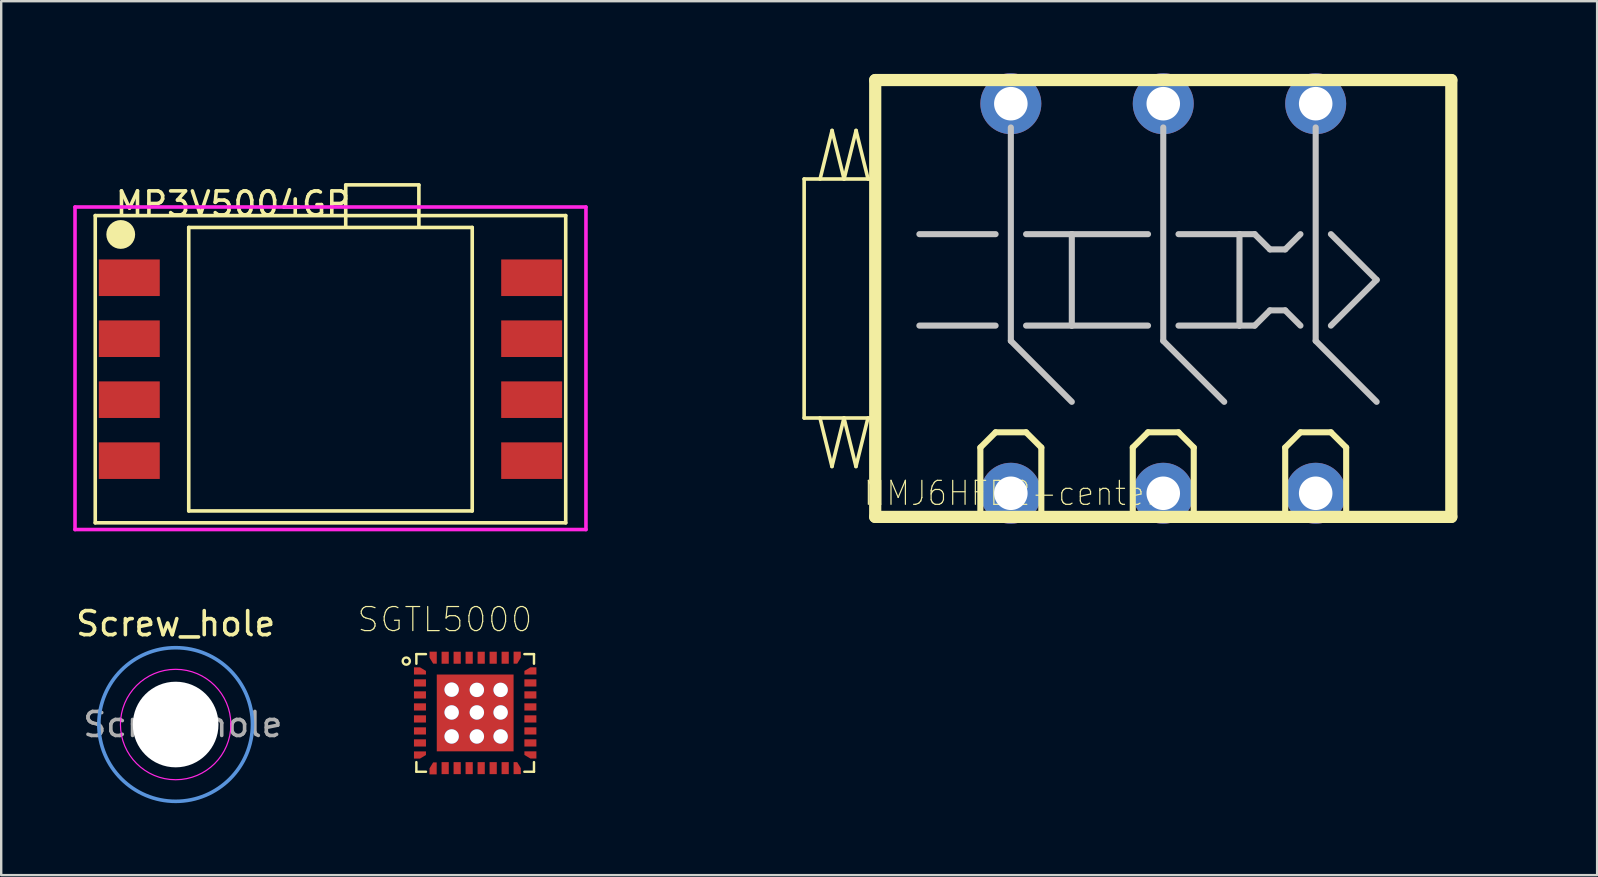
<source format=kicad_pcb>
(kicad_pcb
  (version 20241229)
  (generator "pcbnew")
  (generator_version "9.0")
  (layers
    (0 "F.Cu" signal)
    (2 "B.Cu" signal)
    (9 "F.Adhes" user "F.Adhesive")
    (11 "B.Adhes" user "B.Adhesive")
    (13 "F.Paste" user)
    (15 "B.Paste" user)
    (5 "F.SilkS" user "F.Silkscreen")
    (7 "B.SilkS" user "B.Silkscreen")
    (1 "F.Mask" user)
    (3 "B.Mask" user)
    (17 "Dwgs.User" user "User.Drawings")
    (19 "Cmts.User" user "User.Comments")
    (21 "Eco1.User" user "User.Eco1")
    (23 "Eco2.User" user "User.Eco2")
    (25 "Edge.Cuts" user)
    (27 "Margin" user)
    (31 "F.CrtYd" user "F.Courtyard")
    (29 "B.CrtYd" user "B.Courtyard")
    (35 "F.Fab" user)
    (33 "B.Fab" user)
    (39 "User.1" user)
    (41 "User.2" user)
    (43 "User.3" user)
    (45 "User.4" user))
  (footprint "MP3V5004GP"
    (layer "F.Cu")
    (at 10.718 12.331)
    (property "Reference" "MP3V5004GP" (at -4.064 -6.883 0) (layer "F.SilkS") (effects (font (size 1 1) (thickness 0.15))))
    (attr through_hole)
    (fp_line (start -9.8 -6.4) (end 9.8 -6.4) (stroke (width 0.15) (type solid)) (layer "F.SilkS"))
    (fp_line (start -9.8 6.4) (end -9.8 -6.4) (stroke (width 0.15) (type solid)) (layer "F.SilkS"))
    (fp_line (start -5.905 -5.905) (end -5.905 5.905) (stroke (width 0.15) (type solid)) (layer "F.SilkS"))
    (fp_line (start -5.905 -5.905) (end 5.905 -5.905) (stroke (width 0.15) (type solid)) (layer "F.SilkS"))
    (fp_line (start -5.905 5.905) (end 5.905 5.905) (stroke (width 0.15) (type solid)) (layer "F.SilkS"))
    (fp_line (start 0.635 -7.679) (end 3.683 -7.679) (stroke (width 0.15) (type solid)) (layer "F.SilkS"))
    (fp_line (start 0.635 -5.918) (end 0.635 -7.671) (stroke (width 0.15) (type solid)) (layer "F.SilkS"))
    (fp_line (start 3.683 -7.671) (end 3.683 -5.918) (stroke (width 0.15) (type solid)) (layer "F.SilkS"))
    (fp_line (start 5.905 -5.905) (end 5.905 5.905) (stroke (width 0.15) (type solid)) (layer "F.SilkS"))
    (fp_line (start 9.8 -6.4) (end 9.8 6.4) (stroke (width 0.15) (type solid)) (layer "F.SilkS"))
    (fp_line (start 9.8 6.4) (end -9.8 6.4) (stroke (width 0.15) (type solid)) (layer "F.SilkS"))
    (fp_circle (center -8.738 -5.613) (end -8.438 -5.613) (stroke (width 0.6) (type solid)) (fill no) (layer "F.SilkS"))
    (fp_line (start 0.635 -5.905) (end 0.635 -12.255) (stroke (width 0.15) (type solid)) (layer "Eco1.User"))
    (fp_line (start 3.683 -12.255) (end 0.635 -12.255) (stroke (width 0.15) (type solid)) (layer "Eco1.User"))
    (fp_line (start 3.683 -5.905) (end 3.683 -12.255) (stroke (width 0.15) (type solid)) (layer "Eco1.User"))
    (fp_line (start -10.643 -6.756) (end 10.643 -6.756) (stroke (width 0.15) (type solid)) (layer "F.CrtYd"))
    (fp_line (start -10.643 6.68) (end -10.643 -6.756) (stroke (width 0.15) (type solid)) (layer "F.CrtYd"))
    (fp_line (start 10.643 -6.756) (end 10.643 6.68) (stroke (width 0.15) (type solid)) (layer "F.CrtYd"))
    (fp_line (start 10.643 6.68) (end -10.643 6.68) (stroke (width 0.15) (type solid)) (layer "F.CrtYd"))
    (pad "1" smd rect (at -8.382 -3.81) (size 2.54 1.524) (layers "F.Cu" "F.Mask" "F.Paste"))
    (pad "2" smd rect (at -8.382 -1.27) (size 2.54 1.524) (layers "F.Cu" "F.Mask" "F.Paste"))
    (pad "3" smd rect (at -8.382 1.27) (size 2.54 1.524) (layers "F.Cu" "F.Mask" "F.Paste"))
    (pad "4" smd rect (at -8.382 3.81) (size 2.54 1.524) (layers "F.Cu" "F.Mask" "F.Paste"))
    (pad "5" smd rect (at 8.382 3.81) (size 2.54 1.524) (layers "F.Cu" "F.Mask" "F.Paste"))
    (pad "6" smd rect (at 8.382 1.27) (size 2.54 1.524) (layers "F.Cu" "F.Mask" "F.Paste"))
    (pad "7" smd rect (at 8.382 -1.27) (size 2.54 1.524) (layers "F.Cu" "F.Mask" "F.Paste"))
    (pad "8" smd rect (at 8.382 -3.81) (size 2.54 1.524) (layers "F.Cu" "F.Mask" "F.Paste")))
  (footprint "Screw_hole"
    (layer "F.Cu")
    (at 4.268 27.134)
    (property "Reference" "Screw_hole" (at 0 -4.2 0) (layer "F.SilkS") (effects (font (size 1 1) (thickness 0.15))))
    (attr exclude_from_pos_files exclude_from_bom)
    (fp_circle (center 0 0) (end 3.2 0) (stroke (width 0.15) (type solid)) (fill no) (layer "Cmts.User"))
    (fp_circle (center 0 0) (end 2.3 0) (stroke (width 0.05) (type solid)) (fill no) (layer "F.CrtYd"))
    (fp_text user "${REFERENCE}" (at 0.3 0 0) (layer "F.Fab") (effects (font (size 1 1) (thickness 0.15))))
    (pad "" np_thru_hole circle (at 0 0) (size 3.568 3.568) (drill 3.568) (layers "*.Cu" "*.Mask")))
  (footprint "SGTL5000"
    (layer "F.Cu")
    (at 16.746 26.651)
    (property "Reference" "SGTL5000" (at -1.262 -3.892 0) (layer "F.SilkS") (effects (font (size 1.002 1.002) (thickness 0.05))))
    (attr smd)
    (fp_poly (pts (xy -1.325 -1.175) (xy -1.175 -1.325) (xy 1.325 -1.325) (xy 1.325 1.325) (xy -1.325 1.325)) (stroke (width 0.5) (type solid)) (fill yes) (layer "F.Mask"))
    (fp_line (start -2.45 -2.45) (end -2.05 -2.45) (stroke (width 0.102) (type solid)) (layer "F.SilkS"))
    (fp_line (start -2.45 -2.05) (end -2.45 -2.45) (stroke (width 0.102) (type solid)) (layer "F.SilkS"))
    (fp_line (start -2.45 2.45) (end -2.45 2.05) (stroke (width 0.102) (type solid)) (layer "F.SilkS"))
    (fp_line (start -2.05 2.45) (end -2.45 2.45) (stroke (width 0.102) (type solid)) (layer "F.SilkS"))
    (fp_line (start 2.05 -2.45) (end 2.45 -2.45) (stroke (width 0.102) (type solid)) (layer "F.SilkS"))
    (fp_line (start 2.45 -2.45) (end 2.45 -2.05) (stroke (width 0.102) (type solid)) (layer "F.SilkS"))
    (fp_line (start 2.45 2.05) (end 2.45 2.45) (stroke (width 0.102) (type solid)) (layer "F.SilkS"))
    (fp_line (start 2.45 2.45) (end 2.05 2.45) (stroke (width 0.102) (type solid)) (layer "F.SilkS"))
    (fp_circle (center -2.87 -2.159) (end -2.72 -2.159) (stroke (width 0.1) (type solid)) (fill no) (layer "F.SilkS"))
    (fp_poly (pts (xy -1.332 0.09) (xy -0.73 0.09) (xy -0.73 0.391) (xy -1.332 0.391)) (stroke (width 0) (type solid)) (fill yes) (layer "F.Paste"))
    (fp_poly (pts (xy -1.332 0.59) (xy -0.73 0.59) (xy -0.73 0.891) (xy -1.332 0.891)) (stroke (width 0) (type solid)) (fill yes) (layer "F.Paste"))
    (fp_poly (pts (xy -1.331 -0.41) (xy -0.73 -0.41) (xy -0.73 -0.11) (xy -1.331 -0.11)) (stroke (width 0) (type solid)) (fill yes) (layer "F.Paste"))
    (fp_poly (pts (xy -1.33 -0.91) (xy -0.73 -0.91) (xy -0.73 -0.61) (xy -1.33 -0.61)) (stroke (width 0) (type solid)) (fill yes) (layer "F.Paste"))
    (fp_poly (pts (xy -1.301 1.1) (xy -0.7 1.1) (xy -0.7 1.401) (xy -1.301 1.401)) (stroke (width 0) (type solid)) (fill yes) (layer "F.Paste"))
    (fp_poly (pts (xy -1.301 -1.4) (xy -0.7 -1.4) (xy -0.7 -1.101) (xy -1.301 -1.101)) (stroke (width 0) (type solid)) (fill yes) (layer "F.Paste"))
    (fp_poly (pts (xy -0.331 -0.91) (xy 0.27 -0.91) (xy 0.27 -0.611) (xy -0.331 -0.611)) (stroke (width 0) (type solid)) (fill yes) (layer "F.Paste"))
    (fp_poly (pts (xy -0.33 0.59) (xy 0.27 0.59) (xy 0.27 0.891) (xy -0.33 0.891)) (stroke (width 0) (type solid)) (fill yes) (layer "F.Paste"))
    (fp_poly (pts (xy -0.33 0.09) (xy 0.27 0.09) (xy 0.27 0.39) (xy -0.33 0.39)) (stroke (width 0) (type solid)) (fill yes) (layer "F.Paste"))
    (fp_poly (pts (xy -0.33 -0.41) (xy 0.27 -0.41) (xy 0.27 -0.11) (xy -0.33 -0.11)) (stroke (width 0) (type solid)) (fill yes) (layer "F.Paste"))
    (fp_poly (pts (xy -0.3 1.1) (xy 0.3 1.1) (xy 0.3 1.401) (xy -0.3 1.401)) (stroke (width 0) (type solid)) (fill yes) (layer "F.Paste"))
    (fp_poly (pts (xy -0.3 -1.4) (xy 0.3 -1.4) (xy 0.3 -1.1) (xy -0.3 -1.1)) (stroke (width 0) (type solid)) (fill yes) (layer "F.Paste"))
    (fp_poly (pts (xy 0.67 -0.41) (xy 1.27 -0.41) (xy 1.27 -0.11) (xy 0.67 -0.11)) (stroke (width 0) (type solid)) (fill yes) (layer "F.Paste"))
    (fp_poly (pts (xy 0.671 0.09) (xy 1.27 0.09) (xy 1.27 0.39) (xy 0.671 0.39)) (stroke (width 0) (type solid)) (fill yes) (layer "F.Paste"))
    (fp_poly (pts (xy 0.671 0.59) (xy 1.27 0.59) (xy 1.27 0.891) (xy 0.671 0.891)) (stroke (width 0) (type solid)) (fill yes) (layer "F.Paste"))
    (fp_poly (pts (xy 0.671 -0.91) (xy 1.27 -0.91) (xy 1.27 -0.611) (xy 0.671 -0.611)) (stroke (width 0) (type solid)) (fill yes) (layer "F.Paste"))
    (fp_poly (pts (xy 0.701 1.1) (xy 1.3 1.1) (xy 1.3 1.402) (xy 0.701 1.402)) (stroke (width 0) (type solid)) (fill yes) (layer "F.Paste"))
    (fp_poly (pts (xy 0.701 -1.4) (xy 1.3 -1.4) (xy 1.3 -1.101) (xy 0.701 -1.101)) (stroke (width 0) (type solid)) (fill yes) (layer "F.Paste"))
    (fp_line (start -2.45 -2.45) (end 2.45 -2.45) (stroke (width 0.102) (type solid)) (layer "Eco2.User"))
    (fp_line (start -2.45 2.45) (end -2.45 -2.45) (stroke (width 0.102) (type solid)) (layer "Eco2.User"))
    (fp_line (start 2.45 -2.45) (end 2.45 2.45) (stroke (width 0.102) (type solid)) (layer "Eco2.User"))
    (fp_line (start 2.45 2.45) (end -2.45 2.45) (stroke (width 0.102) (type solid)) (layer "Eco2.User"))
    (pad "1" smd custom (at -2.3 -1.75 90) (size 0.1 0.1) (layers "F.Cu" "F.Mask" "F.Paste") (options (anchor rect)) (primitives (gr_poly (pts (xy 0.15 -0.25) (xy -0.15 -0.25) (xy -0.15 0.25) (xy 0 0.25) (xy 0.15 0)) (width 0) (fill yes))))
    (pad "2" smd rect (at -2.3 -1.25) (size 0.5 0.3) (layers "F.Cu" "F.Mask" "F.Paste"))
    (pad "3" smd rect (at -2.3 -0.75) (size 0.5 0.3) (layers "F.Cu" "F.Mask" "F.Paste"))
    (pad "4" smd rect (at -2.3 -0.25) (size 0.5 0.3) (layers "F.Cu" "F.Mask" "F.Paste"))
    (pad "5" smd rect (at -2.3 0.25) (size 0.5 0.3) (layers "F.Cu" "F.Mask" "F.Paste"))
    (pad "6" smd rect (at -2.3 0.75) (size 0.5 0.3) (layers "F.Cu" "F.Mask" "F.Paste"))
    (pad "7" smd rect (at -2.3 1.25) (size 0.5 0.3) (layers "F.Cu" "F.Mask" "F.Paste"))
    (pad "8" smd custom (at -2.3 1.753 90) (size 0.1 0.1) (layers "F.Cu" "F.Mask" "F.Paste") (options (anchor rect)) (primitives (gr_poly (pts (xy -0.15 -0.25) (xy 0.15 -0.25) (xy 0.15 0.25) (xy 0 0.25) (xy -0.15 0)) (width 0) (fill yes))))
    (pad "9" smd custom (at -1.753 2.311 180) (size 0.1 0.1) (layers "F.Cu" "F.Mask" "F.Paste") (options (anchor rect)) (primitives (gr_poly (pts (xy 0.15 -0.25) (xy -0.15 -0.25) (xy -0.15 0.25) (xy 0 0.25) (xy 0.15 0)) (width 0) (fill yes))))
    (pad "10" smd rect (at -1.25 2.3 90) (size 0.5 0.3) (layers "F.Cu" "F.Mask" "F.Paste"))
    (pad "11" smd rect (at -0.75 2.3 90) (size 0.5 0.3) (layers "F.Cu" "F.Mask" "F.Paste"))
    (pad "12" smd rect (at -0.25 2.3 90) (size 0.5 0.3) (layers "F.Cu" "F.Mask" "F.Paste"))
    (pad "13" smd rect (at 0.25 2.3 90) (size 0.5 0.3) (layers "F.Cu" "F.Mask" "F.Paste"))
    (pad "14" smd rect (at 0.75 2.3 90) (size 0.5 0.3) (layers "F.Cu" "F.Mask" "F.Paste"))
    (pad "15" smd rect (at 1.25 2.3 90) (size 0.5 0.3) (layers "F.Cu" "F.Mask" "F.Paste"))
    (pad "16" smd custom (at 1.75 2.299 180) (size 0.1 0.1) (layers "F.Cu" "F.Mask" "F.Paste") (options (anchor rect)) (primitives (gr_poly (pts (xy -0.15 -0.25) (xy 0.15 -0.25) (xy 0.15 0.25) (xy 0 0.25) (xy -0.15 0)) (width 0) (fill yes))))
    (pad "17" smd custom (at 2.301 1.75 270) (size 0.1 0.1) (layers "F.Cu" "F.Mask" "F.Paste") (options (anchor rect)) (primitives (gr_poly (pts (xy 0.15 -0.25) (xy -0.15 -0.25) (xy -0.15 0.25) (xy 0 0.25) (xy 0.15 0)) (width 0) (fill yes))))
    (pad "18" smd rect (at 2.3 1.25 180) (size 0.5 0.3) (layers "F.Cu" "F.Mask" "F.Paste"))
    (pad "19" smd rect (at 2.3 0.75 180) (size 0.5 0.3) (layers "F.Cu" "F.Mask" "F.Paste"))
    (pad "20" smd rect (at 2.3 0.25 180) (size 0.5 0.3) (layers "F.Cu" "F.Mask" "F.Paste"))
    (pad "21" smd rect (at 2.3 -0.25 180) (size 0.5 0.3) (layers "F.Cu" "F.Mask" "F.Paste"))
    (pad "22" smd rect (at 2.3 -0.75 180) (size 0.5 0.3) (layers "F.Cu" "F.Mask" "F.Paste"))
    (pad "23" smd rect (at 2.3 -1.25 180) (size 0.5 0.3) (layers "F.Cu" "F.Mask" "F.Paste"))
    (pad "24" smd custom (at 2.301 -1.75 270) (size 0.1 0.1) (layers "F.Cu" "F.Mask" "F.Paste") (options (anchor rect)) (primitives (gr_poly (pts (xy -0.15 -0.25) (xy 0.15 -0.25) (xy 0.15 0.25) (xy 0 0.25) (xy -0.15 0)) (width 0) (fill yes))))
    (pad "25" smd custom (at 1.75 -2.301) (size 0.1 0.1) (layers "F.Cu" "F.Mask" "F.Paste") (options (anchor rect)) (primitives (gr_poly (pts (xy 0.15 -0.25) (xy -0.15 -0.25) (xy -0.15 0.25) (xy 0 0.25) (xy 0.15 0)) (width 0) (fill yes))))
    (pad "26" smd rect (at 1.25 -2.3 270) (size 0.5 0.3) (layers "F.Cu" "F.Mask" "F.Paste"))
    (pad "27" smd rect (at 0.75 -2.3 270) (size 0.5 0.3) (layers "F.Cu" "F.Mask" "F.Paste"))
    (pad "28" smd rect (at 0.25 -2.3 270) (size 0.5 0.3) (layers "F.Cu" "F.Mask" "F.Paste"))
    (pad "29" smd rect (at -0.25 -2.3 270) (size 0.5 0.3) (layers "F.Cu" "F.Mask" "F.Paste"))
    (pad "30" smd rect (at -0.75 -2.3 270) (size 0.5 0.3) (layers "F.Cu" "F.Mask" "F.Paste"))
    (pad "31" smd rect (at -1.25 -2.3 270) (size 0.5 0.3) (layers "F.Cu" "F.Mask" "F.Paste"))
    (pad "32" smd custom (at -1.75 -2.301) (size 0.1 0.1) (layers "F.Cu" "F.Mask" "F.Paste") (options (anchor rect)) (primitives (gr_poly (pts (xy -0.15 -0.25) (xy 0.15 -0.25) (xy 0.15 0.25) (xy 0 0.25) (xy -0.15 0)) (width 0) (fill yes))))
    (pad "EXP" thru_hole circle (at -0.98 -0.97) (size 0.6 0.6) (drill 0.6) (layers "*.Cu" "*.Mask"))
    (pad "EXP" thru_hole circle (at -0.98 -0.02) (size 0.6 0.6) (drill 0.6) (layers "*.Cu" "*.Mask"))
    (pad "EXP" thru_hole circle (at -0.98 0.98) (size 0.6 0.6) (drill 0.6) (layers "*.Cu" "*.Mask"))
    (pad "EXP" smd rect (at 0 0) (size 3.2 3.2) (layers "F.Cu" "F.Mask" "F.Paste"))
    (pad "EXP" thru_hole circle (at 0.07 -0.96) (size 0.6 0.6) (drill 0.6) (layers "*.Cu" "*.Mask"))
    (pad "EXP" thru_hole circle (at 0.07 -0.02) (size 0.6 0.6) (drill 0.6) (layers "*.Cu" "*.Mask"))
    (pad "EXP" thru_hole circle (at 0.07 0.98) (size 0.6 0.6) (drill 0.6) (layers "*.Cu" "*.Mask"))
    (pad "EXP" thru_hole circle (at 1.06 -0.96) (size 0.6 0.6) (drill 0.6) (layers "*.Cu" "*.Mask"))
    (pad "EXP" thru_hole circle (at 1.06 -0.02) (size 0.6 0.6) (drill 0.6) (layers "*.Cu" "*.Mask"))
    (pad "EXP" thru_hole circle (at 1.06 0.98) (size 0.6 0.6) (drill 0.6) (layers "*.Cu" "*.Mask")))
  (footprint "NMJ6HFD2-center"
    (layer "F.Cu")
    (at 45.412 9.385)
    (property "Reference" "NMJ6HFD2-center" (at -6.35 8.115 0) (layer "F.SilkS") (effects (font (size 1 0.9) (thickness 0.05))))
    (attr through_hole)
    (fp_line (start -14.961 -4.978) (end -14.961 4.978) (stroke (width 0.15) (type solid)) (layer "F.SilkS"))
    (fp_line (start -14.961 4.978) (end -12.014 4.978) (stroke (width 0.15) (type solid)) (layer "F.SilkS"))
    (fp_line (start -14.302 4.975) (end -13.802 7) (stroke (width 0.15) (type solid)) (layer "F.SilkS"))
    (fp_line (start -13.802 7) (end -13.302 4.975) (stroke (width 0.15) (type solid)) (layer "F.SilkS"))
    (fp_line (start -13.798 -7) (end -14.298 -4.975) (stroke (width 0.15) (type solid)) (layer "F.SilkS"))
    (fp_line (start -13.302 4.975) (end -12.802 7) (stroke (width 0.15) (type solid)) (layer "F.SilkS"))
    (fp_line (start -13.298 -4.975) (end -13.798 -7) (stroke (width 0.15) (type solid)) (layer "F.SilkS"))
    (fp_line (start -12.802 7) (end -12.302 4.975) (stroke (width 0.15) (type solid)) (layer "F.SilkS"))
    (fp_line (start -12.798 -7) (end -13.298 -4.975) (stroke (width 0.15) (type solid)) (layer "F.SilkS"))
    (fp_line (start -12.298 -4.975) (end -12.798 -7) (stroke (width 0.15) (type solid)) (layer "F.SilkS"))
    (fp_line (start -12 -9.1) (end -12 9.1) (stroke (width 0.508) (type solid)) (layer "F.SilkS"))
    (fp_line (start -12 9.1) (end 12 9.1) (stroke (width 0.508) (type solid)) (layer "F.SilkS"))
    (fp_line (start -11.989 -4.978) (end -14.961 -4.978) (stroke (width 0.15) (type solid)) (layer "F.SilkS"))
    (fp_line (start -7.62 6.21) (end -6.985 5.575) (stroke (width 0.254) (type solid)) (layer "F.SilkS"))
    (fp_line (start -7.62 9.1) (end -7.62 6.21) (stroke (width 0.254) (type solid)) (layer "F.SilkS"))
    (fp_line (start -6.985 5.575) (end -5.715 5.575) (stroke (width 0.254) (type solid)) (layer "F.SilkS"))
    (fp_line (start -5.715 5.575) (end -5.08 6.21) (stroke (width 0.254) (type solid)) (layer "F.SilkS"))
    (fp_line (start -5.08 6.21) (end -5.08 9.1) (stroke (width 0.254) (type solid)) (layer "F.SilkS"))
    (fp_line (start -1.27 6.21) (end -0.635 5.575) (stroke (width 0.254) (type solid)) (layer "F.SilkS"))
    (fp_line (start -1.27 9.1) (end -1.27 6.21) (stroke (width 0.254) (type solid)) (layer "F.SilkS"))
    (fp_line (start -0.635 5.575) (end 0.635 5.575) (stroke (width 0.254) (type solid)) (layer "F.SilkS"))
    (fp_line (start 0.635 5.575) (end 1.27 6.21) (stroke (width 0.254) (type solid)) (layer "F.SilkS"))
    (fp_line (start 1.27 6.21) (end 1.27 9.1) (stroke (width 0.254) (type solid)) (layer "F.SilkS"))
    (fp_line (start 5.08 6.21) (end 5.715 5.575) (stroke (width 0.254) (type solid)) (layer "F.SilkS"))
    (fp_line (start 5.08 9.1) (end 5.08 6.21) (stroke (width 0.254) (type solid)) (layer "F.SilkS"))
    (fp_line (start 5.715 5.575) (end 6.985 5.575) (stroke (width 0.254) (type solid)) (layer "F.SilkS"))
    (fp_line (start 6.985 5.575) (end 7.62 6.21) (stroke (width 0.254) (type solid)) (layer "F.SilkS"))
    (fp_line (start 7.62 6.21) (end 7.62 9.1) (stroke (width 0.254) (type solid)) (layer "F.SilkS"))
    (fp_line (start 12 -9.1) (end -12 -9.1) (stroke (width 0.508) (type solid)) (layer "F.SilkS"))
    (fp_line (start 12 9.1) (end 12 -9.1) (stroke (width 0.508) (type solid)) (layer "F.SilkS"))
    (fp_line (start -10.16 -2.68) (end -6.985 -2.68) (stroke (width 0.254) (type solid)) (layer "Dwgs.User"))
    (fp_line (start -10.16 1.13) (end -6.985 1.13) (stroke (width 0.254) (type solid)) (layer "Dwgs.User"))
    (fp_line (start -6.35 -7.125) (end -6.35 1.765) (stroke (width 0.254) (type solid)) (layer "Dwgs.User"))
    (fp_line (start -6.35 1.765) (end -3.81 4.305) (stroke (width 0.254) (type solid)) (layer "Dwgs.User"))
    (fp_line (start -5.715 -2.68) (end -3.81 -2.68) (stroke (width 0.254) (type solid)) (layer "Dwgs.User"))
    (fp_line (start -5.715 1.13) (end -3.81 1.13) (stroke (width 0.254) (type solid)) (layer "Dwgs.User"))
    (fp_line (start -3.81 -2.68) (end -3.81 1.13) (stroke (width 0.254) (type solid)) (layer "Dwgs.User"))
    (fp_line (start -3.81 -2.68) (end -0.635 -2.68) (stroke (width 0.254) (type solid)) (layer "Dwgs.User"))
    (fp_line (start -3.81 1.13) (end -0.635 1.13) (stroke (width 0.254) (type solid)) (layer "Dwgs.User"))
    (fp_line (start 0 -7.125) (end 0 1.765) (stroke (width 0.254) (type solid)) (layer "Dwgs.User"))
    (fp_line (start 0 1.765) (end 2.54 4.305) (stroke (width 0.254) (type solid)) (layer "Dwgs.User"))
    (fp_line (start 0.635 -2.68) (end 3.175 -2.68) (stroke (width 0.254) (type solid)) (layer "Dwgs.User"))
    (fp_line (start 0.635 1.13) (end 3.175 1.13) (stroke (width 0.254) (type solid)) (layer "Dwgs.User"))
    (fp_line (start 3.175 -2.68) (end 3.175 1.13) (stroke (width 0.254) (type solid)) (layer "Dwgs.User"))
    (fp_line (start 3.175 -2.68) (end 3.81 -2.68) (stroke (width 0.254) (type solid)) (layer "Dwgs.User"))
    (fp_line (start 3.175 1.13) (end 3.81 1.13) (stroke (width 0.254) (type solid)) (layer "Dwgs.User"))
    (fp_line (start 3.81 -2.68) (end 4.445 -2.045) (stroke (width 0.254) (type solid)) (layer "Dwgs.User"))
    (fp_line (start 3.81 1.13) (end 4.445 0.495) (stroke (width 0.254) (type solid)) (layer "Dwgs.User"))
    (fp_line (start 4.445 -2.045) (end 5.08 -2.045) (stroke (width 0.254) (type solid)) (layer "Dwgs.User"))
    (fp_line (start 4.445 0.495) (end 5.08 0.495) (stroke (width 0.254) (type solid)) (layer "Dwgs.User"))
    (fp_line (start 5.08 -2.045) (end 5.715 -2.68) (stroke (width 0.254) (type solid)) (layer "Dwgs.User"))
    (fp_line (start 5.08 0.495) (end 5.715 1.13) (stroke (width 0.254) (type solid)) (layer "Dwgs.User"))
    (fp_line (start 6.35 -7.125) (end 6.35 1.765) (stroke (width 0.254) (type solid)) (layer "Dwgs.User"))
    (fp_line (start 6.35 1.765) (end 8.89 4.305) (stroke (width 0.254) (type solid)) (layer "Dwgs.User"))
    (fp_line (start 6.985 -2.68) (end 8.89 -0.775) (stroke (width 0.254) (type solid)) (layer "Dwgs.User"))
    (fp_line (start 8.89 -0.775) (end 6.985 1.13) (stroke (width 0.254) (type solid)) (layer "Dwgs.User"))
    (fp_line (start -20.85 -5) (end -12 -5) (stroke (width 0.254) (type solid)) (layer "Eco2.User"))
    (fp_line (start -20.85 5) (end -20.85 -5) (stroke (width 0.254) (type solid)) (layer "Eco2.User"))
    (fp_line (start -12 5) (end -20.85 5) (stroke (width 0.254) (type solid)) (layer "Eco2.User"))
    (fp_line (start 12 -5) (end 15 -5) (stroke (width 0.15) (type solid)) (layer "Eco2.User"))
    (fp_line (start 15 -5) (end 15 5) (stroke (width 0.15) (type solid)) (layer "Eco2.User"))
    (fp_line (start 15 5) (end 12 5) (stroke (width 0.15) (type solid)) (layer "Eco2.User"))
    (pad "RING" thru_hole circle (at 0 8.115) (size 2.54 2.54) (drill 1.397) (layers "*.Cu" "*.Mask"))
    (pad "RINGNORMAL" thru_hole circle (at 0 -8.115) (size 2.54 2.54) (drill 1.397) (layers "*.Cu" "*.Mask"))
    (pad "SLEEVE" thru_hole circle (at -6.35 8.115) (size 2.54 2.54) (drill 1.397) (layers "*.Cu" "*.Mask"))
    (pad "SLEEVENORMAL" thru_hole circle (at -6.35 -8.115) (size 2.54 2.54) (drill 1.397) (layers "*.Cu" "*.Mask"))
    (pad "TIP" thru_hole circle (at 6.35 8.115) (size 2.54 2.54) (drill 1.397) (layers "*.Cu" "*.Mask"))
    (pad "TIPNORMAL" thru_hole circle (at 6.35 -8.115) (size 2.54 2.54) (drill 1.397) (layers "*.Cu" "*.Mask")))
  (gr_rect
    (start -3 -3)
    (end 63.487 33.409)
    (stroke (width 0.1) (type default))
    (fill no)
    (layer "Edge.Cuts")))
</source>
